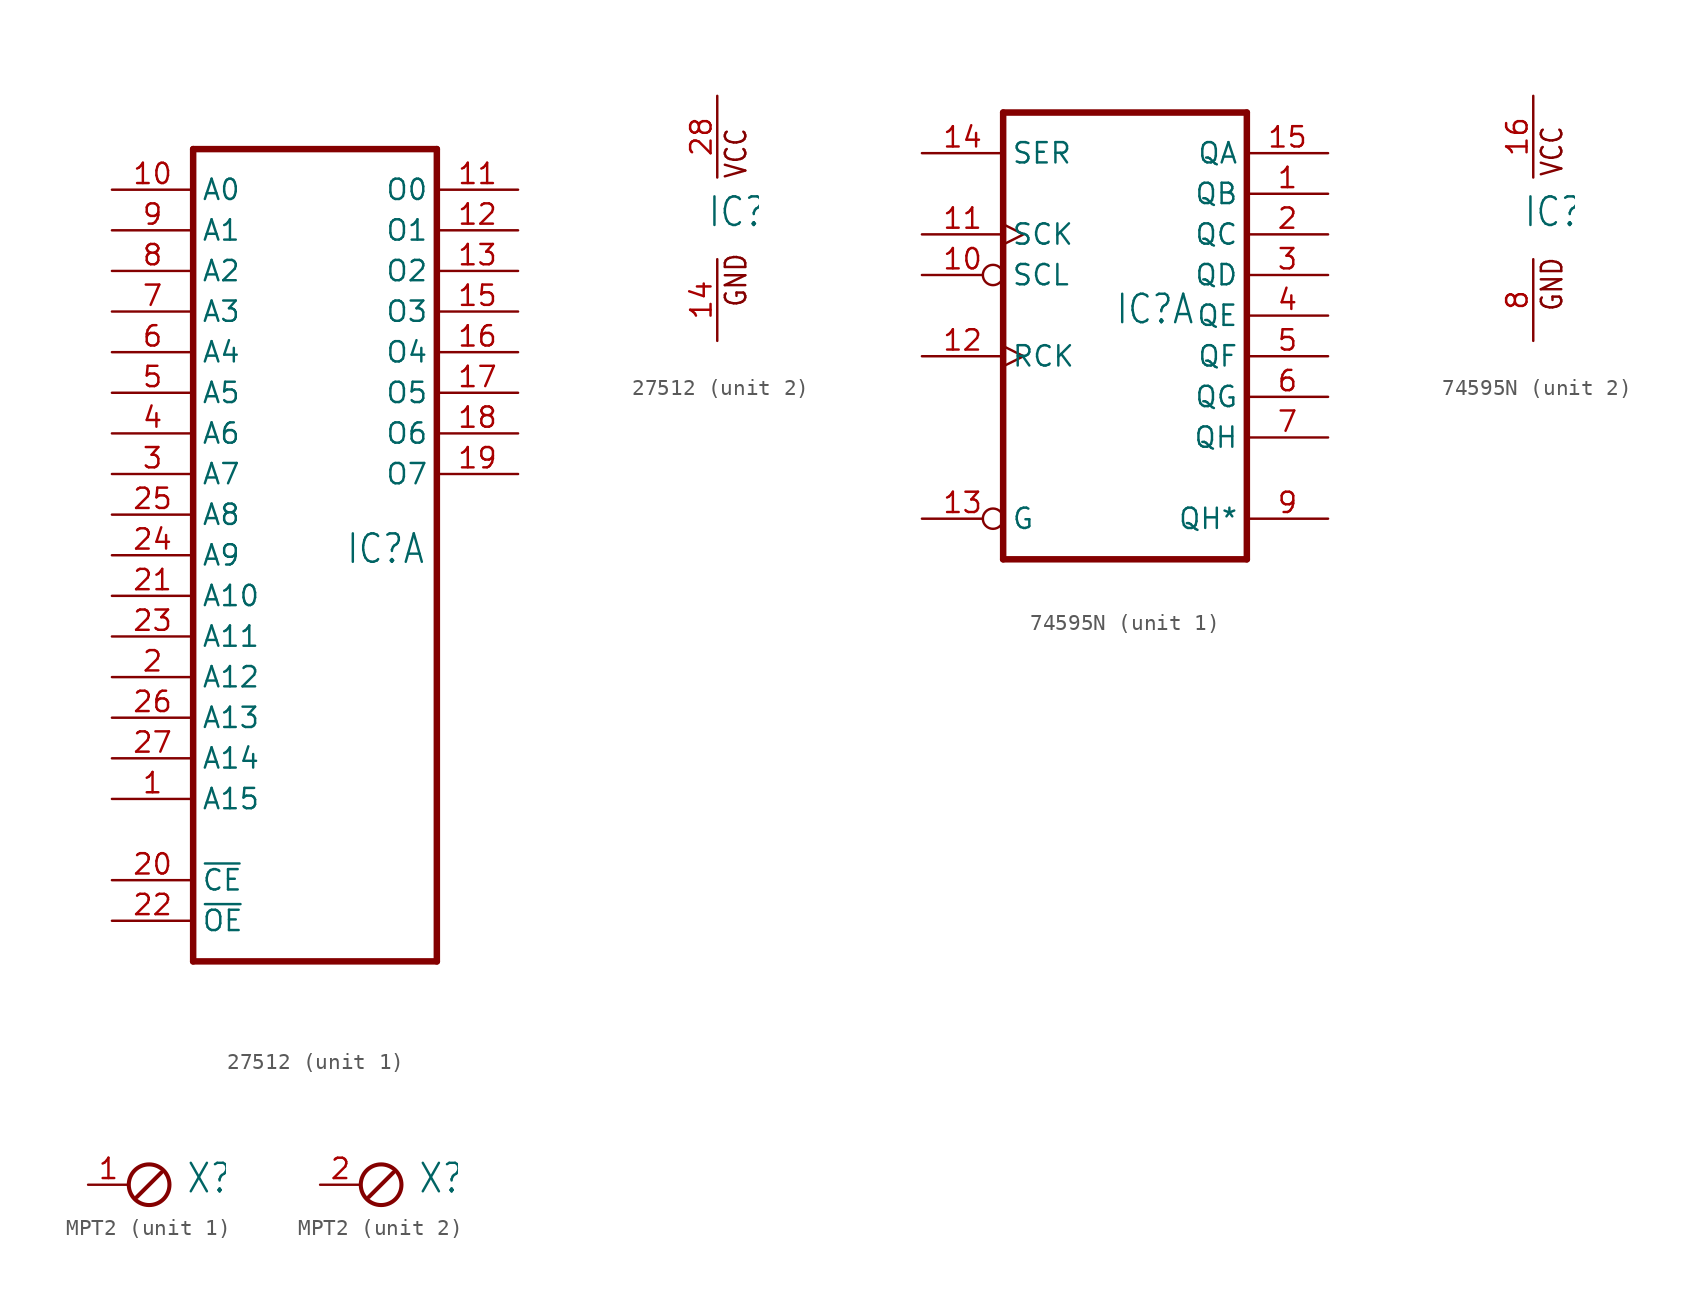
<source format=kicad_sym>
(kicad_symbol_lib
  (version 20231120)
  (generator "kicad_symbol_editor")
  (generator_version "8.0")
  (symbol "27512"
    (property "Reference" "IC"
      (at -0.635 -0.635 0)
      (effects (font (size 1.778 1.511)) (justify left bottom)))
    (property "ki_locked" ""
      (at 0 0 0)
      (effects (font (size 1.27 1.27))))
    (symbol "27512_1_0"
      (polyline (pts (xy -10.16 -25.4) (xy 5.08 -25.4)) (stroke (width 0.406) (type solid)) (fill (type none)))
      (polyline (pts (xy -10.16 25.4) (xy -10.16 -25.4)) (stroke (width 0.406) (type solid)) (fill (type none)))
      (polyline (pts (xy 5.08 -25.4) (xy 5.08 25.4)) (stroke (width 0.406) (type solid)) (fill (type none)))
      (polyline (pts (xy 5.08 25.4) (xy -10.16 25.4)) (stroke (width 0.406) (type solid)) (fill (type none)))
      (pin input line (at -15.24 -15.24 0) (length 5.08) (name "A15" (effects (font (size 1.27 1.27)))) (number "1" (effects (font (size 1.27 1.27)))))
      (pin input line (at -15.24 22.86 0) (length 5.08) (name "A0" (effects (font (size 1.27 1.27)))) (number "10" (effects (font (size 1.27 1.27)))))
      (pin tri_state line (at 10.16 22.86 180) (length 5.08) (name "O0" (effects (font (size 1.27 1.27)))) (number "11" (effects (font (size 1.27 1.27)))))
      (pin tri_state line (at 10.16 20.32 180) (length 5.08) (name "O1" (effects (font (size 1.27 1.27)))) (number "12" (effects (font (size 1.27 1.27)))))
      (pin tri_state line (at 10.16 17.78 180) (length 5.08) (name "O2" (effects (font (size 1.27 1.27)))) (number "13" (effects (font (size 1.27 1.27)))))
      (pin tri_state line (at 10.16 15.24 180) (length 5.08) (name "O3" (effects (font (size 1.27 1.27)))) (number "15" (effects (font (size 1.27 1.27)))))
      (pin tri_state line (at 10.16 12.7 180) (length 5.08) (name "O4" (effects (font (size 1.27 1.27)))) (number "16" (effects (font (size 1.27 1.27)))))
      (pin tri_state line (at 10.16 10.16 180) (length 5.08) (name "O5" (effects (font (size 1.27 1.27)))) (number "17" (effects (font (size 1.27 1.27)))))
      (pin tri_state line (at 10.16 7.62 180) (length 5.08) (name "O6" (effects (font (size 1.27 1.27)))) (number "18" (effects (font (size 1.27 1.27)))))
      (pin tri_state line (at 10.16 5.08 180) (length 5.08) (name "O7" (effects (font (size 1.27 1.27)))) (number "19" (effects (font (size 1.27 1.27)))))
      (pin input line (at -15.24 -7.62 0) (length 5.08) (name "A12" (effects (font (size 1.27 1.27)))) (number "2" (effects (font (size 1.27 1.27)))))
      (pin input line (at -15.24 -20.32 0) (length 5.08) (name "~{CE}" (effects (font (size 1.27 1.27)))) (number "20" (effects (font (size 1.27 1.27)))))
      (pin input line (at -15.24 -2.54 0) (length 5.08) (name "A10" (effects (font (size 1.27 1.27)))) (number "21" (effects (font (size 1.27 1.27)))))
      (pin input line (at -15.24 -22.86 0) (length 5.08) (name "~{OE}" (effects (font (size 1.27 1.27)))) (number "22" (effects (font (size 1.27 1.27)))))
      (pin input line (at -15.24 -5.08 0) (length 5.08) (name "A11" (effects (font (size 1.27 1.27)))) (number "23" (effects (font (size 1.27 1.27)))))
      (pin input line (at -15.24 0 0) (length 5.08) (name "A9" (effects (font (size 1.27 1.27)))) (number "24" (effects (font (size 1.27 1.27)))))
      (pin input line (at -15.24 2.54 0) (length 5.08) (name "A8" (effects (font (size 1.27 1.27)))) (number "25" (effects (font (size 1.27 1.27)))))
      (pin input line (at -15.24 -10.16 0) (length 5.08) (name "A13" (effects (font (size 1.27 1.27)))) (number "26" (effects (font (size 1.27 1.27)))))
      (pin input line (at -15.24 -12.7 0) (length 5.08) (name "A14" (effects (font (size 1.27 1.27)))) (number "27" (effects (font (size 1.27 1.27)))))
      (pin input line (at -15.24 5.08 0) (length 5.08) (name "A7" (effects (font (size 1.27 1.27)))) (number "3" (effects (font (size 1.27 1.27)))))
      (pin input line (at -15.24 7.62 0) (length 5.08) (name "A6" (effects (font (size 1.27 1.27)))) (number "4" (effects (font (size 1.27 1.27)))))
      (pin input line (at -15.24 10.16 0) (length 5.08) (name "A5" (effects (font (size 1.27 1.27)))) (number "5" (effects (font (size 1.27 1.27)))))
      (pin input line (at -15.24 12.7 0) (length 5.08) (name "A4" (effects (font (size 1.27 1.27)))) (number "6" (effects (font (size 1.27 1.27)))))
      (pin input line (at -15.24 15.24 0) (length 5.08) (name "A3" (effects (font (size 1.27 1.27)))) (number "7" (effects (font (size 1.27 1.27)))))
      (pin input line (at -15.24 17.78 0) (length 5.08) (name "A2" (effects (font (size 1.27 1.27)))) (number "8" (effects (font (size 1.27 1.27)))))
      (pin input line (at -15.24 20.32 0) (length 5.08) (name "A1" (effects (font (size 1.27 1.27)))) (number "9" (effects (font (size 1.27 1.27))))))
    (symbol "27512_2_0"
      (text "GND" (at 1.905 -5.588 900) (effects (font (size 1.27 1.079)) (justify left bottom)))
      (text "VCC" (at 1.905 2.413 900) (effects (font (size 1.27 1.079)) (justify left bottom)))
      (pin power_in line (at 0 -7.62 90) (length 5.08) (name "GND" (effects (font (size 0 0)))) (number "14" (effects (font (size 1.27 1.27)))))
      (pin power_in line (at 0 7.62 270) (length 5.08) (name "VCC" (effects (font (size 0 0)))) (number "28" (effects (font (size 1.27 1.27)))))))
  (symbol "74595N"
    (property "Reference" "IC"
      (at -0.635 -0.635 0)
      (effects (font (size 1.778 1.511)) (justify left bottom)))
    (property "ki_locked" ""
      (at 0 0 0)
      (effects (font (size 1.27 1.27))))
    (symbol "74595N_1_0"
      (polyline (pts (xy -7.62 -15.24) (xy 7.62 -15.24)) (stroke (width 0.406) (type solid)) (fill (type none)))
      (polyline (pts (xy -7.62 12.7) (xy -7.62 -15.24)) (stroke (width 0.406) (type solid)) (fill (type none)))
      (polyline (pts (xy 7.62 -15.24) (xy 7.62 12.7)) (stroke (width 0.406) (type solid)) (fill (type none)))
      (polyline (pts (xy 7.62 12.7) (xy -7.62 12.7)) (stroke (width 0.406) (type solid)) (fill (type none)))
      (pin tri_state line (at 12.7 7.62 180) (length 5.08) (name "QB" (effects (font (size 1.27 1.27)))) (number "1" (effects (font (size 1.27 1.27)))))
      (pin input inverted (at -12.7 2.54 0) (length 5.08) (name "SCL" (effects (font (size 1.27 1.27)))) (number "10" (effects (font (size 1.27 1.27)))))
      (pin input clock (at -12.7 5.08 0) (length 5.08) (name "SCK" (effects (font (size 1.27 1.27)))) (number "11" (effects (font (size 1.27 1.27)))))
      (pin input clock (at -12.7 -2.54 0) (length 5.08) (name "RCK" (effects (font (size 1.27 1.27)))) (number "12" (effects (font (size 1.27 1.27)))))
      (pin input inverted (at -12.7 -12.7 0) (length 5.08) (name "G" (effects (font (size 1.27 1.27)))) (number "13" (effects (font (size 1.27 1.27)))))
      (pin input line (at -12.7 10.16 0) (length 5.08) (name "SER" (effects (font (size 1.27 1.27)))) (number "14" (effects (font (size 1.27 1.27)))))
      (pin tri_state line (at 12.7 10.16 180) (length 5.08) (name "QA" (effects (font (size 1.27 1.27)))) (number "15" (effects (font (size 1.27 1.27)))))
      (pin tri_state line (at 12.7 5.08 180) (length 5.08) (name "QC" (effects (font (size 1.27 1.27)))) (number "2" (effects (font (size 1.27 1.27)))))
      (pin tri_state line (at 12.7 2.54 180) (length 5.08) (name "QD" (effects (font (size 1.27 1.27)))) (number "3" (effects (font (size 1.27 1.27)))))
      (pin tri_state line (at 12.7 0 180) (length 5.08) (name "QE" (effects (font (size 1.27 1.27)))) (number "4" (effects (font (size 1.27 1.27)))))
      (pin tri_state line (at 12.7 -2.54 180) (length 5.08) (name "QF" (effects (font (size 1.27 1.27)))) (number "5" (effects (font (size 1.27 1.27)))))
      (pin tri_state line (at 12.7 -5.08 180) (length 5.08) (name "QG" (effects (font (size 1.27 1.27)))) (number "6" (effects (font (size 1.27 1.27)))))
      (pin tri_state line (at 12.7 -7.62 180) (length 5.08) (name "QH" (effects (font (size 1.27 1.27)))) (number "7" (effects (font (size 1.27 1.27)))))
      (pin tri_state line (at 12.7 -12.7 180) (length 5.08) (name "QH*" (effects (font (size 1.27 1.27)))) (number "9" (effects (font (size 1.27 1.27))))))
    (symbol "74595N_2_0"
      (text "GND" (at 1.905 -5.842 900) (effects (font (size 1.27 1.079)) (justify left bottom)))
      (text "VCC" (at 1.905 2.54 900) (effects (font (size 1.27 1.079)) (justify left bottom)))
      (pin power_in line (at 0 7.62 270) (length 5.08) (name "VCC" (effects (font (size 0 0)))) (number "16" (effects (font (size 1.27 1.27)))))
      (pin power_in line (at 0 -7.62 90) (length 5.08) (name "GND" (effects (font (size 0 0)))) (number "8" (effects (font (size 1.27 1.27)))))))
  (symbol "MPT2"
    (property "Reference" "X"
      (at 3.556 -0.635 0)
      (effects (font (size 1.778 1.511)) (justify left bottom)))
    (property "ki_locked" ""
      (at 0 0 0)
      (effects (font (size 1.27 1.27))))
    (symbol "MPT2_1_0"
      (polyline (pts (xy 2.032 0.762) (xy 0.508 -0.762)) (stroke (width 0.254) (type solid)) (fill (type none)))
      (circle (center 1.27 0) (radius 1.27) (stroke (width 0.254) (type solid)) (fill (type none)))
      (pin passive line (at -2.54 0 0) (length 2.54) (name "1" (effects (font (size 0 0)))) (number "1" (effects (font (size 1.27 1.27))))))
    (symbol "MPT2_2_0"
      (polyline (pts (xy 2.032 0.762) (xy 0.508 -0.762)) (stroke (width 0.254) (type solid)) (fill (type none)))
      (circle (center 1.27 0) (radius 1.27) (stroke (width 0.254) (type solid)) (fill (type none)))
      (pin passive line (at -2.54 0 0) (length 2.54) (name "1" (effects (font (size 0 0)))) (number "2" (effects (font (size 1.27 1.27))))))))
</source>
